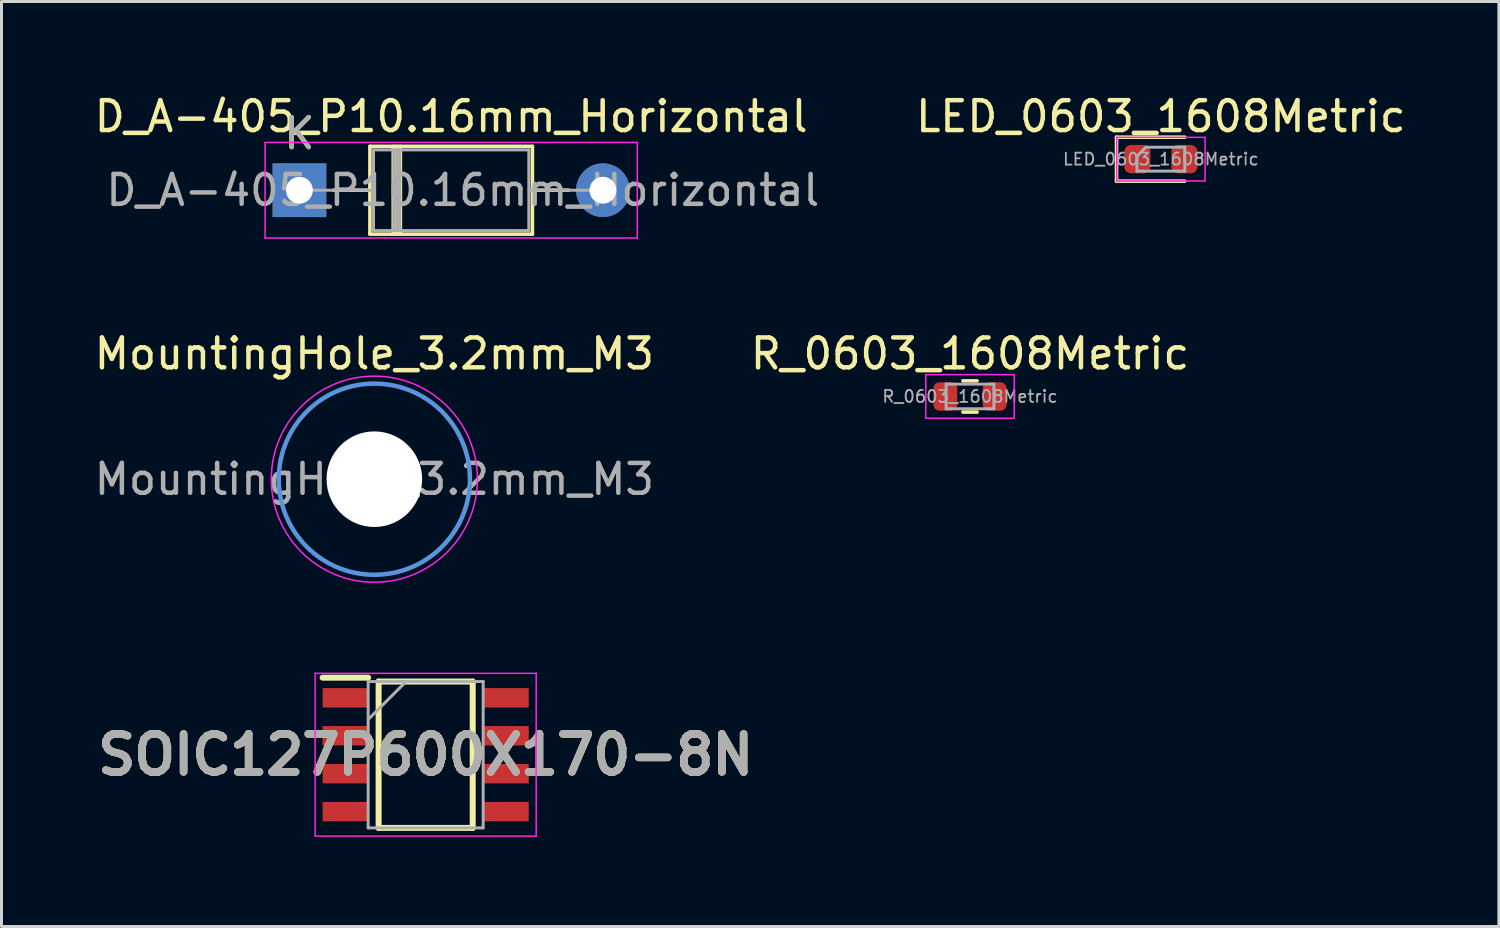
<source format=kicad_pcb>
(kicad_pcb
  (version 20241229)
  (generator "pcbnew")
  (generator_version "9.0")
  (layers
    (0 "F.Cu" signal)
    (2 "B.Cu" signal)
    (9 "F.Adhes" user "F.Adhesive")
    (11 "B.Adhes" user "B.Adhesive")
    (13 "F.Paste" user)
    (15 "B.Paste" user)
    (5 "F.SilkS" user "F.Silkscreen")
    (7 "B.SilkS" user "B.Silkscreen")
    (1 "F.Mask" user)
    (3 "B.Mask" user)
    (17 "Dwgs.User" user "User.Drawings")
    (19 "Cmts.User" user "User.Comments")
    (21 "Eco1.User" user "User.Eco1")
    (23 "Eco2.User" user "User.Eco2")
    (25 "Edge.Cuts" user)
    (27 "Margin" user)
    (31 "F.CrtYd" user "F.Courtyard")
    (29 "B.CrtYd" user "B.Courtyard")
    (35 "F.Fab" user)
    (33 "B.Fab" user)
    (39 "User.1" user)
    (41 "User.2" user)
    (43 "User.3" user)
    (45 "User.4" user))
  (footprint "R_0603_1608Metric"
    (layer "F.Cu")
    (at 29.423 10.222)
    (property "Reference" "R_0603_1608Metric" (at 0 -1.43 0) (layer "F.SilkS") (effects (font (size 1 1) (thickness 0.15))))
    (attr smd)
    (fp_line (start -0.237 -0.522) (end 0.237 -0.522) (stroke (width 0.12) (type solid)) (layer "F.SilkS"))
    (fp_line (start -0.237 0.522) (end 0.237 0.522) (stroke (width 0.12) (type solid)) (layer "F.SilkS"))
    (fp_line (start -1.48 -0.73) (end 1.48 -0.73) (stroke (width 0.05) (type solid)) (layer "F.CrtYd"))
    (fp_line (start -1.48 0.73) (end -1.48 -0.73) (stroke (width 0.05) (type solid)) (layer "F.CrtYd"))
    (fp_line (start 1.48 -0.73) (end 1.48 0.73) (stroke (width 0.05) (type solid)) (layer "F.CrtYd"))
    (fp_line (start 1.48 0.73) (end -1.48 0.73) (stroke (width 0.05) (type solid)) (layer "F.CrtYd"))
    (fp_line (start -0.8 -0.412) (end 0.8 -0.412) (stroke (width 0.1) (type solid)) (layer "F.Fab"))
    (fp_line (start -0.8 0.412) (end -0.8 -0.412) (stroke (width 0.1) (type solid)) (layer "F.Fab"))
    (fp_line (start 0.8 -0.412) (end 0.8 0.412) (stroke (width 0.1) (type solid)) (layer "F.Fab"))
    (fp_line (start 0.8 0.412) (end -0.8 0.412) (stroke (width 0.1) (type solid)) (layer "F.Fab"))
    (fp_text user "${REFERENCE}" (at 0 0 0) (layer "F.Fab") (effects (font (size 0.4 0.4) (thickness 0.06))))
    (pad "1" smd roundrect (at -0.825 0) (size 0.8 0.95) (layers "F.Cu" "F.Mask" "F.Paste") (roundrect_rratio 0.25))
    (pad "2" smd roundrect (at 0.825 0) (size 0.8 0.95) (layers "F.Cu" "F.Mask" "F.Paste") (roundrect_rratio 0.25)))
  (footprint "D_A-405_P10.16mm_Horizontal"
    (layer "F.Cu")
    (at 6.974 3.318)
    (property "Reference" "D_A-405_P10.16mm_Horizontal" (at 5.08 -2.47 0) (layer "F.SilkS") (effects (font (size 1 1) (thickness 0.15))))
    (attr through_hole)
    (fp_line (start 1.14 0) (end 2.36 0) (stroke (width 0.12) (type solid)) (layer "F.SilkS"))
    (fp_line (start 2.36 -1.47) (end 2.36 1.47) (stroke (width 0.12) (type solid)) (layer "F.SilkS"))
    (fp_line (start 2.36 1.47) (end 7.8 1.47) (stroke (width 0.12) (type solid)) (layer "F.SilkS"))
    (fp_line (start 3.14 -1.47) (end 3.14 1.47) (stroke (width 0.12) (type solid)) (layer "F.SilkS"))
    (fp_line (start 3.26 -1.47) (end 3.26 1.47) (stroke (width 0.12) (type solid)) (layer "F.SilkS"))
    (fp_line (start 3.38 -1.47) (end 3.38 1.47) (stroke (width 0.12) (type solid)) (layer "F.SilkS"))
    (fp_line (start 7.8 -1.47) (end 2.36 -1.47) (stroke (width 0.12) (type solid)) (layer "F.SilkS"))
    (fp_line (start 7.8 1.47) (end 7.8 -1.47) (stroke (width 0.12) (type solid)) (layer "F.SilkS"))
    (fp_line (start 9.02 0) (end 7.8 0) (stroke (width 0.12) (type solid)) (layer "F.SilkS"))
    (fp_line (start -1.15 -1.6) (end -1.15 1.6) (stroke (width 0.05) (type solid)) (layer "F.CrtYd"))
    (fp_line (start -1.15 1.6) (end 11.31 1.6) (stroke (width 0.05) (type solid)) (layer "F.CrtYd"))
    (fp_line (start 11.31 -1.6) (end -1.15 -1.6) (stroke (width 0.05) (type solid)) (layer "F.CrtYd"))
    (fp_line (start 11.31 1.6) (end 11.31 -1.6) (stroke (width 0.05) (type solid)) (layer "F.CrtYd"))
    (fp_line (start 0 0) (end 2.48 0) (stroke (width 0.1) (type solid)) (layer "F.Fab"))
    (fp_line (start 2.48 -1.35) (end 2.48 1.35) (stroke (width 0.1) (type solid)) (layer "F.Fab"))
    (fp_line (start 2.48 1.35) (end 7.68 1.35) (stroke (width 0.1) (type solid)) (layer "F.Fab"))
    (fp_line (start 3.16 -1.35) (end 3.16 1.35) (stroke (width 0.1) (type solid)) (layer "F.Fab"))
    (fp_line (start 3.26 -1.35) (end 3.26 1.35) (stroke (width 0.1) (type solid)) (layer "F.Fab"))
    (fp_line (start 3.36 -1.35) (end 3.36 1.35) (stroke (width 0.1) (type solid)) (layer "F.Fab"))
    (fp_line (start 7.68 -1.35) (end 2.48 -1.35) (stroke (width 0.1) (type solid)) (layer "F.Fab"))
    (fp_line (start 7.68 1.35) (end 7.68 -1.35) (stroke (width 0.1) (type solid)) (layer "F.Fab"))
    (fp_line (start 10.16 0) (end 7.68 0) (stroke (width 0.1) (type solid)) (layer "F.Fab"))
    (fp_text user "K" (at 0 -1.9 0) (layer "F.SilkS") (effects (font (size 1 1) (thickness 0.15))))
    (fp_text user "${REFERENCE}" (at 5.47 0 0) (layer "F.Fab") (effects (font (size 1 1) (thickness 0.15))))
    (fp_text user "K" (at 0 -1.9 0) (layer "F.Fab") (effects (font (size 1 1) (thickness 0.15))))
    (pad "1" thru_hole rect (at 0 0) (size 1.8 1.8) (drill 0.9) (layers "*.Cu" "*.Mask"))
    (pad "2" thru_hole oval (at 10.16 0) (size 1.8 1.8) (drill 0.9) (layers "*.Cu" "*.Mask")))
  (footprint "SOIC127P600X170-8N"
    (layer "F.Cu")
    (at 11.2 22.216)
    (property "Reference" "SOIC127P600X170-8N" (at 0 0 0) (layer "F.SilkS") (effects (font (size 1.27 1.27) (thickness 0.254))))
    (attr smd)
    (fp_line (start -3.45 -2.58) (end -1.925 -2.58) (stroke (width 0.2) (type solid)) (layer "F.SilkS"))
    (fp_line (start -1.575 -2.45) (end 1.575 -2.45) (stroke (width 0.2) (type solid)) (layer "F.SilkS"))
    (fp_line (start -1.575 2.45) (end -1.575 -2.45) (stroke (width 0.2) (type solid)) (layer "F.SilkS"))
    (fp_line (start 1.575 -2.45) (end 1.575 2.45) (stroke (width 0.2) (type solid)) (layer "F.SilkS"))
    (fp_line (start 1.575 2.45) (end -1.575 2.45) (stroke (width 0.2) (type solid)) (layer "F.SilkS"))
    (fp_line (start -3.7 -2.725) (end 3.7 -2.725) (stroke (width 0.05) (type solid)) (layer "F.CrtYd"))
    (fp_line (start -3.7 2.725) (end -3.7 -2.725) (stroke (width 0.05) (type solid)) (layer "F.CrtYd"))
    (fp_line (start 3.7 -2.725) (end 3.7 2.725) (stroke (width 0.05) (type solid)) (layer "F.CrtYd"))
    (fp_line (start 3.7 2.725) (end -3.7 2.725) (stroke (width 0.05) (type solid)) (layer "F.CrtYd"))
    (fp_line (start -1.925 -2.45) (end 1.925 -2.45) (stroke (width 0.1) (type solid)) (layer "F.Fab"))
    (fp_line (start -1.925 -1.18) (end -0.655 -2.45) (stroke (width 0.1) (type solid)) (layer "F.Fab"))
    (fp_line (start -1.925 2.45) (end -1.925 -2.45) (stroke (width 0.1) (type solid)) (layer "F.Fab"))
    (fp_line (start 1.925 -2.45) (end 1.925 2.45) (stroke (width 0.1) (type solid)) (layer "F.Fab"))
    (fp_line (start 1.925 2.45) (end -1.925 2.45) (stroke (width 0.1) (type solid)) (layer "F.Fab"))
    (fp_text user "${REFERENCE}" (at 0 0 0) (layer "F.Fab") (effects (font (size 1.27 1.27) (thickness 0.254))))
    (pad "1" smd rect (at -2.688 -1.905 270) (size 0.65 1.525) (layers "F.Cu" "F.Mask" "F.Paste"))
    (pad "2" smd rect (at -2.688 -0.635 270) (size 0.65 1.525) (layers "F.Cu" "F.Mask" "F.Paste"))
    (pad "3" smd rect (at -2.688 0.635 270) (size 0.65 1.525) (layers "F.Cu" "F.Mask" "F.Paste"))
    (pad "4" smd rect (at -2.688 1.905 270) (size 0.65 1.525) (layers "F.Cu" "F.Mask" "F.Paste"))
    (pad "5" smd rect (at 2.688 1.905 270) (size 0.65 1.525) (layers "F.Cu" "F.Mask" "F.Paste"))
    (pad "6" smd rect (at 2.688 0.635 270) (size 0.65 1.525) (layers "F.Cu" "F.Mask" "F.Paste"))
    (pad "7" smd rect (at 2.688 -0.635 270) (size 0.65 1.525) (layers "F.Cu" "F.Mask" "F.Paste"))
    (pad "8" smd rect (at 2.688 -1.905 270) (size 0.65 1.525) (layers "F.Cu" "F.Mask" "F.Paste")))
  (footprint "LED_0603_1608Metric"
    (layer "F.Cu")
    (at 35.813 2.278)
    (property "Reference" "LED_0603_1608Metric" (at 0 -1.43 0) (layer "F.SilkS") (effects (font (size 1 1) (thickness 0.15))))
    (attr smd)
    (fp_line (start -1.485 -0.735) (end -1.485 0.735) (stroke (width 0.12) (type solid)) (layer "F.SilkS"))
    (fp_line (start -1.485 0.735) (end 0.8 0.735) (stroke (width 0.12) (type solid)) (layer "F.SilkS"))
    (fp_line (start 0.8 -0.735) (end -1.485 -0.735) (stroke (width 0.12) (type solid)) (layer "F.SilkS"))
    (fp_line (start -1.48 -0.73) (end 1.48 -0.73) (stroke (width 0.05) (type solid)) (layer "F.CrtYd"))
    (fp_line (start -1.48 0.73) (end -1.48 -0.73) (stroke (width 0.05) (type solid)) (layer "F.CrtYd"))
    (fp_line (start 1.48 -0.73) (end 1.48 0.73) (stroke (width 0.05) (type solid)) (layer "F.CrtYd"))
    (fp_line (start 1.48 0.73) (end -1.48 0.73) (stroke (width 0.05) (type solid)) (layer "F.CrtYd"))
    (fp_line (start -0.8 -0.1) (end -0.8 0.4) (stroke (width 0.1) (type solid)) (layer "F.Fab"))
    (fp_line (start -0.8 0.4) (end 0.8 0.4) (stroke (width 0.1) (type solid)) (layer "F.Fab"))
    (fp_line (start -0.5 -0.4) (end -0.8 -0.1) (stroke (width 0.1) (type solid)) (layer "F.Fab"))
    (fp_line (start 0.8 -0.4) (end -0.5 -0.4) (stroke (width 0.1) (type solid)) (layer "F.Fab"))
    (fp_line (start 0.8 0.4) (end 0.8 -0.4) (stroke (width 0.1) (type solid)) (layer "F.Fab"))
    (fp_text user "${REFERENCE}" (at 0 0 0) (layer "F.Fab") (effects (font (size 0.4 0.4) (thickness 0.06))))
    (pad "1" smd roundrect (at -0.787 0) (size 0.875 0.95) (layers "F.Cu" "F.Mask" "F.Paste") (roundrect_rratio 0.25))
    (pad "2" smd roundrect (at 0.787 0) (size 0.875 0.95) (layers "F.Cu" "F.Mask" "F.Paste") (roundrect_rratio 0.25)))
  (footprint "MountingHole_3.2mm_M3"
    (layer "F.Cu")
    (at 9.482 12.992)
    (property "Reference" "MountingHole_3.2mm_M3" (at 0 -4.2 0) (layer "F.SilkS") (effects (font (size 1 1) (thickness 0.15))))
    (attr exclude_from_pos_files exclude_from_bom)
    (fp_circle (center 0 0) (end 3.2 0) (stroke (width 0.15) (type solid)) (fill no) (layer "Cmts.User"))
    (fp_circle (center 0 0) (end 3.45 0) (stroke (width 0.05) (type solid)) (fill no) (layer "F.CrtYd"))
    (fp_text user "${REFERENCE}" (at 0 0 0) (layer "F.Fab") (effects (font (size 1 1) (thickness 0.15))))
    (pad "" np_thru_hole circle (at 0 0) (size 3.2 3.2) (drill 3.2) (layers "*.Cu" "*.Mask")))
  (gr_rect
    (start -3 -3)
    (end 47.128 27.966)
    (stroke (width 0.1) (type default))
    (fill no)
    (layer "Edge.Cuts")))
</source>
